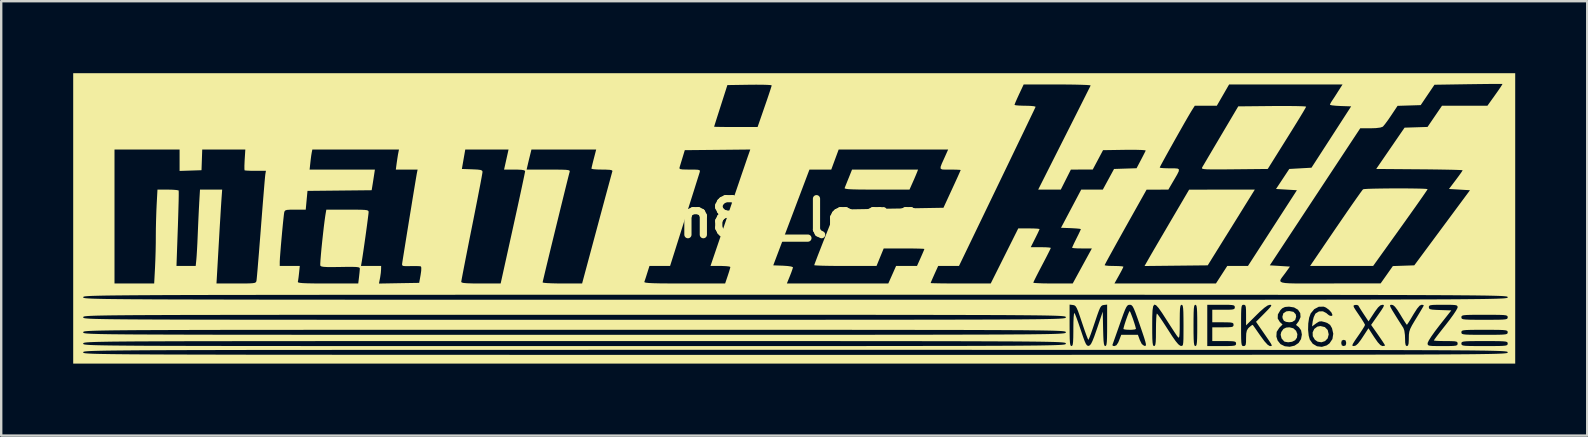
<source format=kicad_pcb>
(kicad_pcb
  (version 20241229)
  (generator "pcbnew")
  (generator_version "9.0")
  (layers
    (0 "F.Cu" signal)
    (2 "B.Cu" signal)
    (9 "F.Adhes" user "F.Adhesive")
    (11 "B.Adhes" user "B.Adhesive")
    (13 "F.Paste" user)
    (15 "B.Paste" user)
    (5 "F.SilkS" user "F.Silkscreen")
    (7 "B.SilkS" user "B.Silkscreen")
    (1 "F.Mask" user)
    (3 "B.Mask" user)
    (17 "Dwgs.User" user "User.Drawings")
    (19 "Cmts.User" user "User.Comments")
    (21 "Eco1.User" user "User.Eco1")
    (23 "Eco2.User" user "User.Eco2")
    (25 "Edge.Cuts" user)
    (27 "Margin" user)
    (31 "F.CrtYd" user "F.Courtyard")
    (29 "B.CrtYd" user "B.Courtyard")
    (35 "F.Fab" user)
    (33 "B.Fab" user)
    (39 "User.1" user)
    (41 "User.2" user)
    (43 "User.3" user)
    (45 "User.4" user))
  (footprint "m86_logo"
    (layer "F.Cu")
    (at 30.042 6.05)
    (property "Reference" "m86_logo" (at 0 0 0) (layer "F.SilkS") (effects (font (size 1.5 1.5) (thickness 0.3))))
    (attr board_only exclude_from_pos_files exclude_from_bom)
    (fp_poly (pts (xy 20.802 3.893) (xy 20.897 3.993) (xy 20.915 4.094) (xy 20.873 4.237) (xy 20.751 4.314) (xy 20.628 4.329) (xy 20.493 4.31) (xy 20.403 4.266) (xy 20.351 4.165) (xy 20.341 4.094) (xy 20.382 3.952) (xy 20.504 3.874) (xy 20.628 3.86)) (stroke (width 0) (type solid)) (fill yes) (layer "F.SilkS"))
    (fp_poly (pts (xy 22.11 4.529) (xy 22.229 4.65) (xy 22.271 4.833) (xy 22.228 5) (xy 22.117 5.113) (xy 21.968 5.162) (xy 21.808 5.135) (xy 21.697 5.059) (xy 21.607 4.909) (xy 21.602 4.749) (xy 21.669 4.606) (xy 21.797 4.51) (xy 21.926 4.485)) (stroke (width 0) (type solid)) (fill yes) (layer "F.SilkS"))
    (fp_poly (pts (xy 20.797 4.579) (xy 20.912 4.683) (xy 20.966 4.824) (xy 20.947 4.972) (xy 20.871 5.077) (xy 20.744 5.14) (xy 20.581 5.162) (xy 20.438 5.137) (xy 20.414 5.124) (xy 20.306 5.001) (xy 20.268 4.847) (xy 20.295 4.733) (xy 20.384 4.606) (xy 20.5 4.549) (xy 20.633 4.538)) (stroke (width 0) (type solid)) (fill yes) (layer "F.SilkS"))
    (fp_poly (pts (xy 5.116 -1.917) (xy 5.07 -1.806) (xy 5 -1.641) (xy 4.937 -1.499) (xy 4.804 -1.2) (xy 3.44 -1.2) (xy 3.011 -1.201) (xy 2.678 -1.204) (xy 2.43 -1.21) (xy 2.258 -1.219) (xy 2.153 -1.233) (xy 2.105 -1.25) (xy 2.101 -1.265) (xy 2.132 -1.343) (xy 2.19 -1.488) (xy 2.263 -1.669) (xy 2.269 -1.682) (xy 2.41 -2.034) (xy 3.786 -2.034) (xy 5.161 -2.034)) (stroke (width 0) (type solid)) (fill yes) (layer "F.SilkS"))
    (fp_poly (pts (xy 14.005 3.904) (xy 14.052 4.02) (xy 14.11 4.175) (xy 14.166 4.342) (xy 14.212 4.49) (xy 14.237 4.59) (xy 14.239 4.606) (xy 14.192 4.627) (xy 14.072 4.64) (xy 13.978 4.642) (xy 13.829 4.636) (xy 13.735 4.619) (xy 13.717 4.606) (xy 13.733 4.529) (xy 13.773 4.393) (xy 13.827 4.229) (xy 13.885 4.067) (xy 13.937 3.935) (xy 13.972 3.865) (xy 13.978 3.86)) (stroke (width 0) (type solid)) (fill yes) (layer "F.SilkS"))
    (fp_poly (pts (xy 18.957 -0.821) (xy 18.865 -0.673) (xy 18.728 -0.453) (xy 18.557 -0.177) (xy 18.362 0.137) (xy 18.153 0.473) (xy 17.976 0.756) (xy 17.23 1.956) (xy 15.913 1.97) (xy 14.597 1.984) (xy 14.77 1.68) (xy 14.842 1.554) (xy 14.958 1.354) (xy 15.11 1.094) (xy 15.288 0.79) (xy 15.484 0.456) (xy 15.688 0.107) (xy 15.699 0.089) (xy 16.455 -1.198) (xy 17.823 -1.199) (xy 19.192 -1.2)) (stroke (width 0) (type solid)) (fill yes) (layer "F.SilkS"))
    (fp_poly (pts (xy 25.655 -1.248) (xy 25.929 -1.244) (xy 26.153 -1.239) (xy 26.312 -1.231) (xy 26.387 -1.221) (xy 26.391 -1.218) (xy 26.362 -1.169) (xy 26.278 -1.045) (xy 26.147 -0.856) (xy 25.975 -0.61) (xy 25.768 -0.318) (xy 25.534 0.011) (xy 25.28 0.367) (xy 25.257 0.399) (xy 24.122 1.982) (xy 22.808 1.982) (xy 21.495 1.982) (xy 22.57 0.404) (xy 22.818 0.043) (xy 23.048 -0.292) (xy 23.254 -0.589) (xy 23.43 -0.84) (xy 23.567 -1.033) (xy 23.66 -1.161) (xy 23.702 -1.212) (xy 23.702 -1.212) (xy 23.766 -1.223) (xy 23.916 -1.232) (xy 24.134 -1.239) (xy 24.402 -1.244) (xy 24.706 -1.248) (xy 25.027 -1.25) (xy 25.349 -1.25)) (stroke (width 0) (type solid)) (fill yes) (layer "F.SilkS"))
    (fp_poly (pts (xy 20.624 -4.683) (xy 20.909 -4.68) (xy 21.131 -4.674) (xy 21.276 -4.666) (xy 21.331 -4.656) (xy 21.331 -4.656) (xy 21.304 -4.603) (xy 21.229 -4.473) (xy 21.112 -4.278) (xy 20.96 -4.029) (xy 20.78 -3.738) (xy 20.579 -3.415) (xy 20.531 -3.338) (xy 19.731 -2.06) (xy 18.339 -2.046) (xy 17.922 -2.042) (xy 17.599 -2.041) (xy 17.357 -2.042) (xy 17.187 -2.046) (xy 17.076 -2.055) (xy 17.014 -2.068) (xy 16.99 -2.086) (xy 16.992 -2.111) (xy 16.999 -2.125) (xy 17.038 -2.193) (xy 17.124 -2.338) (xy 17.247 -2.547) (xy 17.401 -2.808) (xy 17.579 -3.109) (xy 17.772 -3.435) (xy 17.776 -3.442) (xy 18.502 -4.668) (xy 19.917 -4.682) (xy 20.289 -4.684)) (stroke (width 0) (type solid)) (fill yes) (layer "F.SilkS"))
    (fp_poly (pts (xy 30.042 -0.000001) (xy 30.042 6.05) (xy 0 6.05) (xy -30.042 6.05) (xy -30.042 5.581) (xy -29.625 5.581) (xy -29.624 5.588) (xy -29.621 5.595) (xy -29.613 5.602) (xy -29.597 5.608) (xy -29.571 5.614) (xy -29.532 5.62) (xy -29.477 5.625) (xy -29.405 5.63) (xy -29.313 5.635) (xy -29.198 5.64) (xy -29.057 5.644) (xy -28.889 5.648) (xy -28.69 5.651) (xy -28.458 5.655) (xy -28.191 5.658) (xy -27.885 5.661) (xy -27.54 5.664) (xy -27.151 5.666) (xy -26.716 5.669) (xy -26.234 5.671) (xy -25.701 5.673) (xy -25.114 5.674) (xy -24.472 5.676) (xy -23.772 5.677) (xy -23.012 5.679) (xy -22.187 5.68) (xy -21.298 5.681) (xy -20.339 5.682) (xy -19.31 5.682) (xy -18.208 5.683) (xy -17.03 5.683) (xy -15.773 5.684) (xy -14.436 5.684) (xy -13.015 5.684) (xy -11.508 5.685) (xy -9.913 5.685) (xy -8.226 5.685) (xy -6.447 5.685) (xy -4.571 5.685) (xy -2.596 5.685) (xy -0.52 5.685) (xy 0.052 5.685) (xy 2.155 5.685) (xy 4.157 5.685) (xy 6.059 5.685) (xy 7.864 5.685) (xy 9.575 5.685) (xy 11.195 5.685) (xy 12.725 5.684) (xy 14.169 5.684) (xy 15.528 5.684) (xy 16.806 5.684) (xy 18.005 5.683) (xy 19.127 5.682) (xy 20.176 5.682) (xy 21.152 5.681) (xy 22.06 5.68) (xy 22.902 5.679) (xy 23.679 5.678) (xy 24.395 5.676) (xy 25.053 5.675) (xy 25.654 5.673) (xy 26.201 5.671) (xy 26.696 5.669) (xy 27.143 5.667) (xy 27.544 5.664) (xy 27.901 5.662) (xy 28.217 5.659) (xy 28.494 5.656) (xy 28.735 5.652) (xy 28.943 5.649) (xy 29.119 5.645) (xy 29.267 5.641) (xy 29.389 5.636) (xy 29.487 5.632) (xy 29.564 5.627) (xy 29.623 5.621) (xy 29.666 5.616) (xy 29.695 5.61) (xy 29.714 5.604) (xy 29.724 5.597) (xy 29.728 5.59) (xy 29.729 5.583) (xy 29.729 5.581) (xy 29.728 5.573) (xy 29.725 5.566) (xy 29.717 5.56) (xy 29.701 5.553) (xy 29.675 5.547) (xy 29.636 5.542) (xy 29.582 5.536) (xy 29.51 5.531) (xy 29.417 5.526) (xy 29.302 5.522) (xy 29.161 5.518) (xy 28.993 5.514) (xy 28.794 5.51) (xy 28.562 5.507) (xy 28.295 5.503) (xy 27.99 5.5) (xy 27.644 5.498) (xy 27.255 5.495) (xy 26.821 5.493) (xy 26.338 5.491) (xy 25.805 5.489) (xy 25.219 5.487) (xy 24.577 5.485) (xy 23.877 5.484) (xy 23.116 5.483) (xy 22.292 5.482) (xy 21.402 5.481) (xy 20.444 5.48) (xy 19.415 5.479) (xy 18.312 5.479) (xy 17.134 5.478) (xy 15.878 5.478) (xy 14.54 5.477) (xy 13.119 5.477) (xy 11.613 5.477) (xy 10.017 5.477) (xy 8.331 5.477) (xy 6.551 5.476) (xy 4.675 5.476) (xy 2.7 5.476) (xy 0.625 5.476) (xy 0.052 5.476) (xy -2.051 5.476) (xy -4.052 5.476) (xy -5.954 5.476) (xy -7.76 5.476) (xy -9.471 5.477) (xy -11.09 5.477) (xy -12.621 5.477) (xy -14.064 5.477) (xy -15.424 5.477) (xy -16.702 5.478) (xy -17.901 5.478) (xy -19.023 5.479) (xy -20.071 5.48) (xy -21.048 5.48) (xy -21.956 5.481) (xy -22.797 5.482) (xy -23.575 5.484) (xy -24.291 5.485) (xy -24.948 5.487) (xy -25.549 5.488) (xy -26.096 5.49) (xy -26.592 5.492) (xy -27.039 5.494) (xy -27.44 5.497) (xy -27.797 5.5) (xy -28.113 5.503) (xy -28.39 5.506) (xy -28.631 5.509) (xy -28.839 5.513) (xy -29.015 5.517) (xy -29.163 5.521) (xy -29.284 5.525) (xy -29.383 5.53) (xy -29.46 5.535) (xy -29.519 5.54) (xy -29.561 5.546) (xy -29.591 5.552) (xy -29.609 5.558) (xy -29.619 5.564) (xy -29.624 5.571) (xy -29.625 5.579) (xy -29.625 5.581) (xy -30.042 5.581) (xy -30.042 5.216) (xy -29.625 5.216) (xy -29.624 5.224) (xy -29.62 5.233) (xy -29.61 5.241) (xy -29.591 5.248) (xy -29.559 5.255) (xy -29.512 5.261) (xy -29.447 5.267) (xy -29.36 5.273) (xy -29.248 5.278) (xy -29.109 5.283) (xy -28.94 5.287) (xy -28.736 5.291) (xy -28.497 5.295) (xy -28.217 5.298) (xy -27.895 5.301) (xy -27.527 5.304) (xy -27.11 5.307) (xy -26.641 5.309) (xy -26.117 5.311) (xy -25.536 5.312) (xy -24.893 5.314) (xy -24.187 5.315) (xy -23.413 5.316) (xy -22.57 5.317) (xy -21.653 5.318) (xy -20.66 5.318) (xy -19.588 5.319) (xy -18.433 5.319) (xy -17.193 5.32) (xy -15.865 5.32) (xy -14.446 5.32) (xy -12.932 5.32) (xy -11.321 5.32) (xy -9.609 5.32) (xy -9.153 5.32) (xy -7.415 5.32) (xy -5.779 5.32) (xy -4.24 5.32) (xy -2.797 5.32) (xy -1.445 5.32) (xy -0.183 5.319) (xy 0.993 5.319) (xy 2.086 5.319) (xy 3.099 5.318) (xy 4.035 5.317) (xy 4.897 5.316) (xy 5.688 5.315) (xy 6.412 5.314) (xy 7.07 5.313) (xy 7.667 5.311) (xy 8.205 5.309) (xy 8.688 5.307) (xy 9.118 5.305) (xy 9.498 5.302) (xy 9.832 5.299) (xy 10.122 5.296) (xy 10.372 5.292) (xy 10.584 5.288) (xy 10.762 5.284) (xy 10.908 5.279) (xy 11.027 5.274) (xy 11.12 5.269) (xy 11.19 5.263) (xy 11.242 5.257) (xy 11.277 5.25) (xy 11.299 5.243) (xy 11.312 5.235) (xy 11.317 5.227) (xy 11.318 5.218) (xy 11.318 5.216) (xy 11.317 5.207) (xy 11.313 5.198) (xy 11.303 5.191) (xy 11.284 5.183) (xy 11.252 5.176) (xy 11.205 5.17) (xy 11.14 5.164) (xy 11.053 5.158) (xy 10.941 5.153) (xy 10.802 5.148) (xy 10.633 5.144) (xy 10.43 5.14) (xy 10.19 5.136) (xy 9.91 5.133) (xy 9.588 5.13) (xy 9.22 5.127) (xy 8.803 5.125) (xy 8.334 5.123) (xy 7.811 5.121) (xy 7.229 5.119) (xy 6.587 5.117) (xy 5.88 5.116) (xy 5.107 5.115) (xy 4.263 5.114) (xy 3.346 5.113) (xy 2.353 5.113) (xy 1.281 5.112) (xy 0.126 5.112) (xy -1.113 5.112) (xy -2.441 5.112) (xy -3.861 5.111) (xy -5.375 5.111) (xy -6.986 5.111) (xy -8.698 5.111) (xy -9.153 5.111) (xy -10.891 5.111) (xy -12.528 5.111) (xy -14.067 5.111) (xy -15.51 5.111) (xy -16.861 5.112) (xy -18.124 5.112) (xy -19.3 5.112) (xy -20.393 5.113) (xy -21.406 5.113) (xy -22.342 5.114) (xy -23.204 5.115) (xy -23.995 5.116) (xy -24.719 5.117) (xy -25.377 5.118) (xy -25.974 5.12) (xy -26.512 5.122) (xy -26.995 5.124) (xy -27.425 5.126) (xy -27.805 5.129) (xy -28.139 5.132) (xy -28.429 5.135) (xy -28.678 5.139) (xy -28.891 5.143) (xy -29.069 5.147) (xy -29.215 5.152) (xy -29.333 5.157) (xy -29.426 5.162) (xy -29.497 5.168) (xy -29.549 5.175) (xy -29.584 5.181) (xy -29.606 5.189) (xy -29.618 5.196) (xy -29.623 5.205) (xy -29.625 5.213) (xy -29.625 5.216) (xy -30.042 5.216) (xy -30.042 4.746) (xy -29.625 4.746) (xy -29.624 4.755) (xy -29.62 4.763) (xy -29.61 4.771) (xy -29.591 4.779) (xy -29.559 4.785) (xy -29.512 4.792) (xy -29.447 4.798) (xy -29.36 4.803) (xy -29.248 4.809) (xy -29.109 4.813) (xy -28.94 4.818) (xy -28.736 4.822) (xy -28.497 4.826) (xy -28.217 4.829) (xy -27.895 4.832) (xy -27.527 4.835) (xy -27.11 4.837) (xy -26.641 4.839) (xy -26.117 4.841) (xy -25.536 4.843) (xy -24.893 4.844) (xy -24.187 4.846) (xy -23.413 4.847) (xy -22.57 4.848) (xy -21.653 4.848) (xy -20.66 4.849) (xy -19.588 4.85) (xy -18.433 4.85) (xy -17.193 4.85) (xy -15.865 4.85) (xy -14.446 4.85) (xy -12.932 4.85) (xy -11.321 4.851) (xy -9.609 4.851) (xy -9.153 4.851) (xy -7.415 4.851) (xy -5.779 4.85) (xy -4.24 4.85) (xy -2.797 4.85) (xy -1.445 4.85) (xy -0.183 4.85) (xy 0.993 4.85) (xy 2.086 4.849) (xy 3.099 4.849) (xy 4.035 4.848) (xy 4.897 4.847) (xy 5.688 4.846) (xy 6.412 4.845) (xy 7.07 4.843) (xy 7.667 4.842) (xy 8.205 4.84) (xy 8.688 4.838) (xy 9.118 4.835) (xy 9.498 4.833) (xy 9.832 4.83) (xy 10.122 4.826) (xy 10.372 4.823) (xy 10.584 4.819) (xy 10.762 4.815) (xy 10.908 4.81) (xy 11.027 4.805) (xy 11.12 4.799) (xy 11.19 4.793) (xy 11.242 4.787) (xy 11.277 4.78) (xy 11.299 4.773) (xy 11.312 4.765) (xy 11.317 4.757) (xy 11.318 4.749) (xy 11.318 4.746) (xy 11.317 4.737) (xy 11.313 4.729) (xy 11.303 4.721) (xy 11.284 4.714) (xy 11.252 4.707) (xy 11.205 4.7) (xy 11.14 4.694) (xy 11.053 4.689) (xy 10.941 4.684) (xy 10.802 4.679) (xy 10.633 4.675) (xy 10.43 4.671) (xy 10.19 4.667) (xy 9.91 4.664) (xy 9.588 4.66) (xy 9.22 4.658) (xy 8.803 4.655) (xy 8.334 4.653) (xy 7.811 4.651) (xy 7.229 4.649) (xy 6.587 4.648) (xy 5.88 4.647) (xy 5.107 4.646) (xy 4.263 4.645) (xy 3.346 4.644) (xy 2.353 4.643) (xy 1.281 4.643) (xy 0.126 4.643) (xy -1.113 4.642) (xy -2.441 4.642) (xy -3.861 4.642) (xy -5.375 4.642) (xy -6.986 4.642) (xy -8.698 4.642) (xy -9.153 4.642) (xy -10.891 4.642) (xy -12.528 4.642) (xy -14.067 4.642) (xy -15.51 4.642) (xy -16.861 4.642) (xy -18.124 4.642) (xy -19.3 4.643) (xy -20.393 4.643) (xy -21.406 4.644) (xy -22.342 4.645) (xy -23.204 4.645) (xy -23.995 4.646) (xy -24.719 4.648) (xy -25.377 4.649) (xy -25.974 4.651) (xy -26.512 4.653) (xy -26.995 4.655) (xy -27.425 4.657) (xy -27.805 4.66) (xy -28.139 4.663) (xy -28.429 4.666) (xy -28.678 4.67) (xy -28.891 4.674) (xy -29.069 4.678) (xy -29.215 4.683) (xy -29.333 4.688) (xy -29.426 4.693) (xy -29.497 4.699) (xy -29.549 4.705) (xy -29.584 4.712) (xy -29.606 4.719) (xy -29.618 4.727) (xy -29.623 4.735) (xy -29.625 4.744) (xy -29.625 4.746) (xy -30.042 4.746) (xy -30.042 4.12) (xy -29.625 4.12) (xy -29.624 4.129) (xy -29.62 4.138) (xy -29.61 4.145) (xy -29.591 4.153) (xy -29.559 4.16) (xy -29.512 4.166) (xy -29.447 4.172) (xy -29.36 4.178) (xy -29.248 4.183) (xy -29.109 4.188) (xy -28.94 4.192) (xy -28.736 4.196) (xy -28.497 4.2) (xy -28.217 4.203) (xy -27.895 4.206) (xy -27.527 4.209) (xy -27.11 4.211) (xy -26.641 4.213) (xy -26.117 4.215) (xy -25.536 4.217) (xy -24.893 4.219) (xy -24.187 4.22) (xy -23.413 4.221) (xy -22.57 4.222) (xy -21.653 4.223) (xy -20.66 4.223) (xy -19.588 4.224) (xy -18.433 4.224) (xy -17.193 4.224) (xy -15.865 4.224) (xy -14.446 4.225) (xy -12.932 4.225) (xy -11.321 4.225) (xy -9.609 4.225) (xy -9.153 4.225) (xy -7.415 4.225) (xy -5.779 4.225) (xy -4.24 4.225) (xy -2.797 4.224) (xy -1.445 4.224) (xy -0.183 4.224) (xy 0.993 4.224) (xy 2.086 4.223) (xy 3.099 4.223) (xy 4.035 4.222) (xy 4.897 4.221) (xy 5.688 4.22) (xy 6.412 4.219) (xy 7.07 4.217) (xy 7.667 4.216) (xy 8.205 4.214) (xy 8.688 4.212) (xy 9.118 4.209) (xy 9.498 4.207) (xy 9.832 4.204) (xy 10.122 4.201) (xy 10.372 4.197) (xy 10.584 4.193) (xy 10.762 4.189) (xy 10.908 4.184) (xy 11.027 4.179) (xy 11.12 4.173) (xy 11.19 4.168) (xy 11.242 4.161) (xy 11.277 4.155) (xy 11.299 4.147) (xy 11.312 4.14) (xy 11.317 4.131) (xy 11.318 4.123) (xy 11.318 4.12) (xy 11.317 4.111) (xy 11.313 4.103) (xy 11.303 4.095) (xy 11.284 4.088) (xy 11.252 4.081) (xy 11.205 4.075) (xy 11.14 4.069) (xy 11.053 4.063) (xy 10.941 4.058) (xy 10.802 4.053) (xy 10.633 4.049) (xy 10.43 4.045) (xy 10.19 4.041) (xy 9.91 4.038) (xy 9.588 4.035) (xy 9.22 4.032) (xy 8.803 4.029) (xy 8.334 4.027) (xy 7.811 4.025) (xy 7.229 4.024) (xy 6.587 4.022) (xy 5.88 4.021) (xy 5.107 4.02) (xy 4.263 4.019) (xy 3.346 4.018) (xy 2.353 4.017) (xy 1.281 4.017) (xy 0.126 4.017) (xy -1.113 4.016) (xy -2.441 4.016) (xy -3.861 4.016) (xy -5.375 4.016) (xy -6.986 4.016) (xy -8.698 4.016) (xy -9.153 4.016) (xy -10.891 4.016) (xy -12.528 4.016) (xy -14.067 4.016) (xy -15.51 4.016) (xy -16.861 4.016) (xy -18.124 4.017) (xy -19.3 4.017) (xy -20.393 4.017) (xy -21.406 4.018) (xy -22.342 4.019) (xy -23.204 4.02) (xy -23.995 4.021) (xy -24.719 4.022) (xy -25.377 4.023) (xy -25.974 4.025) (xy -26.512 4.027) (xy -26.995 4.029) (xy -27.425 4.031) (xy -27.805 4.034) (xy -28.139 4.037) (xy -28.429 4.04) (xy -28.678 4.044) (xy -28.891 4.048) (xy -29.069 4.052) (xy -29.215 4.057) (xy -29.333 4.062) (xy -29.426 4.067) (xy -29.497 4.073) (xy -29.549 4.079) (xy -29.584 4.086) (xy -29.606 4.093) (xy -29.618 4.101) (xy -29.623 4.109) (xy -29.625 4.118) (xy -29.625 4.12) (xy -30.042 4.12) (xy -30.042 3.592) (xy 11.474 3.592) (xy 11.474 4.456) (xy 11.476 4.78) (xy 11.48 5.013) (xy 11.489 5.17) (xy 11.504 5.264) (xy 11.526 5.309) (xy 11.553 5.32) (xy 11.584 5.305) (xy 11.607 5.251) (xy 11.62 5.142) (xy 11.628 4.963) (xy 11.631 4.7) (xy 11.631 4.605) (xy 11.634 4.337) (xy 11.642 4.127) (xy 11.656 3.99) (xy 11.672 3.938) (xy 11.676 3.94) (xy 11.709 4.006) (xy 11.766 4.151) (xy 11.84 4.356) (xy 11.923 4.6) (xy 11.943 4.658) (xy 12.034 4.929) (xy 12.102 5.115) (xy 12.155 5.231) (xy 12.2 5.291) (xy 12.244 5.311) (xy 12.271 5.31) (xy 12.32 5.287) (xy 12.371 5.223) (xy 12.429 5.105) (xy 12.503 4.919) (xy 12.598 4.648) (xy 12.618 4.59) (xy 12.856 3.886) (xy 12.871 4.603) (xy 12.879 4.896) (xy 12.889 5.1) (xy 12.905 5.228) (xy 12.926 5.297) (xy 12.957 5.32) (xy 12.962 5.32) (xy 12.991 5.305) (xy 13.002 5.279) (xy 13.256 5.279) (xy 13.285 5.312) (xy 13.343 5.32) (xy 13.426 5.285) (xy 13.501 5.171) (xy 13.537 5.085) (xy 13.627 4.851) (xy 13.974 4.851) (xy 14.321 4.851) (xy 14.402 5.072) (xy 14.483 5.235) (xy 14.576 5.306) (xy 14.595 5.31) (xy 14.633 5.311) (xy 14.654 5.29) (xy 14.654 5.235) (xy 14.63 5.132) (xy 14.58 4.967) (xy 14.5 4.729) (xy 14.409 4.463) (xy 14.408 4.459) (xy 14.917 4.459) (xy 14.918 4.782) (xy 14.922 5.015) (xy 14.932 5.171) (xy 14.947 5.265) (xy 14.969 5.31) (xy 14.995 5.32) (xy 15.027 5.305) (xy 15.05 5.249) (xy 15.064 5.138) (xy 15.071 4.955) (xy 15.073 4.685) (xy 15.073 4.642) (xy 15.076 4.39) (xy 15.084 4.18) (xy 15.095 4.033) (xy 15.109 3.967) (xy 15.112 3.965) (xy 15.152 4.007) (xy 15.236 4.123) (xy 15.354 4.297) (xy 15.495 4.513) (xy 15.57 4.63) (xy 15.753 4.914) (xy 15.894 5.114) (xy 16 5.241) (xy 16.078 5.302) (xy 16.104 5.311) (xy 16.147 5.314) (xy 16.178 5.301) (xy 16.199 5.257) (xy 16.211 5.167) (xy 16.218 5.018) (xy 16.22 4.793) (xy 16.221 4.48) (xy 16.221 4.463) (xy 16.221 4.459) (xy 16.638 4.459) (xy 16.639 4.782) (xy 16.644 5.015) (xy 16.653 5.171) (xy 16.668 5.265) (xy 16.69 5.31) (xy 16.716 5.32) (xy 16.745 5.306) (xy 16.767 5.256) (xy 16.781 5.155) (xy 16.789 4.99) (xy 16.793 4.747) (xy 16.794 4.459) (xy 17.211 4.459) (xy 17.211 5.32) (xy 17.811 5.32) (xy 18.069 5.319) (xy 18.24 5.313) (xy 18.342 5.301) (xy 18.393 5.278) (xy 18.41 5.241) (xy 18.411 5.216) (xy 18.404 5.167) (xy 18.368 5.137) (xy 18.286 5.12) (xy 18.137 5.113) (xy 17.916 5.111) (xy 17.42 5.111) (xy 17.42 4.824) (xy 17.42 4.538) (xy 17.863 4.538) (xy 18.079 4.536) (xy 18.211 4.527) (xy 18.279 4.506) (xy 18.304 4.468) (xy 18.305 4.459) (xy 18.62 4.459) (xy 18.62 4.777) (xy 18.623 5.005) (xy 18.63 5.158) (xy 18.643 5.252) (xy 18.664 5.3) (xy 18.694 5.318) (xy 18.724 5.32) (xy 18.781 5.309) (xy 18.813 5.261) (xy 18.826 5.152) (xy 18.828 4.99) (xy 18.834 4.798) (xy 18.859 4.675) (xy 18.911 4.587) (xy 18.959 4.538) (xy 19.05 4.462) (xy 19.104 4.436) (xy 19.107 4.437) (xy 19.143 4.487) (xy 19.225 4.603) (xy 19.338 4.766) (xy 19.425 4.89) (xy 19.596 5.122) (xy 19.726 5.264) (xy 19.816 5.319) (xy 19.827 5.32) (xy 19.873 5.319) (xy 19.897 5.309) (xy 19.893 5.274) (xy 19.855 5.202) (xy 19.774 5.079) (xy 19.669 4.926) (xy 20.091 4.926) (xy 20.144 5.09) (xy 20.264 5.24) (xy 20.441 5.327) (xy 20.646 5.349) (xy 20.85 5.302) (xy 21.015 5.191) (xy 21.118 5.029) (xy 21.153 4.841) (xy 21.12 4.661) (xy 21.105 4.641) (xy 21.412 4.641) (xy 21.437 4.886) (xy 21.482 5.048) (xy 21.607 5.225) (xy 21.783 5.328) (xy 21.986 5.352) (xy 22.188 5.292) (xy 22.303 5.209) (xy 22.317 5.19) (xy 22.792 5.19) (xy 22.817 5.292) (xy 22.897 5.32) (xy 22.978 5.289) (xy 22.98 5.284) (xy 23.255 5.284) (xy 23.27 5.313) (xy 23.32 5.319) (xy 23.322 5.319) (xy 23.402 5.295) (xy 23.492 5.215) (xy 23.608 5.065) (xy 23.686 4.948) (xy 23.927 4.579) (xy 24.167 4.949) (xy 24.314 5.159) (xy 24.426 5.28) (xy 24.511 5.32) (xy 24.512 5.32) (xy 24.598 5.308) (xy 24.618 5.292) (xy 24.59 5.24) (xy 24.514 5.123) (xy 24.404 4.961) (xy 24.328 4.851) (xy 24.038 4.438) (xy 24.332 4.018) (xy 24.465 3.827) (xy 24.542 3.704) (xy 24.571 3.636) (xy 24.57 3.633) (xy 24.824 3.633) (xy 24.847 3.7) (xy 24.914 3.821) (xy 25.032 4.012) (xy 25.042 4.029) (xy 25.166 4.227) (xy 25.277 4.401) (xy 25.357 4.526) (xy 25.381 4.562) (xy 25.422 4.676) (xy 25.447 4.858) (xy 25.452 4.993) (xy 25.458 5.179) (xy 25.477 5.281) (xy 25.516 5.318) (xy 25.53 5.32) (xy 25.575 5.297) (xy 25.599 5.214) (xy 25.6 5.203) (xy 26.392 5.203) (xy 26.395 5.252) (xy 26.418 5.285) (xy 26.478 5.305) (xy 26.592 5.316) (xy 26.777 5.319) (xy 27.017 5.32) (xy 27.281 5.319) (xy 27.458 5.314) (xy 27.566 5.302) (xy 27.621 5.28) (xy 27.64 5.246) (xy 27.643 5.216) (xy 27.799 5.216) (xy 27.804 5.252) (xy 27.826 5.279) (xy 27.88 5.298) (xy 27.981 5.31) (xy 28.141 5.316) (xy 28.375 5.319) (xy 28.697 5.32) (xy 28.764 5.32) (xy 29.103 5.319) (xy 29.352 5.317) (xy 29.524 5.311) (xy 29.634 5.3) (xy 29.695 5.283) (xy 29.722 5.258) (xy 29.729 5.223) (xy 29.729 5.216) (xy 29.725 5.179) (xy 29.702 5.152) (xy 29.648 5.133) (xy 29.548 5.122) (xy 29.387 5.115) (xy 29.153 5.112) (xy 28.831 5.111) (xy 28.764 5.111) (xy 28.425 5.112) (xy 28.176 5.114) (xy 28.004 5.12) (xy 27.894 5.131) (xy 27.833 5.148) (xy 27.806 5.174) (xy 27.799 5.208) (xy 27.799 5.216) (xy 27.643 5.216) (xy 27.635 5.167) (xy 27.6 5.137) (xy 27.517 5.12) (xy 27.368 5.113) (xy 27.147 5.111) (xy 26.934 5.109) (xy 26.767 5.102) (xy 26.669 5.092) (xy 26.652 5.085) (xy 26.683 5.037) (xy 26.767 4.922) (xy 26.895 4.756) (xy 26.903 4.746) (xy 27.799 4.746) (xy 27.804 4.783) (xy 27.826 4.81) (xy 27.88 4.828) (xy 27.981 4.84) (xy 28.141 4.847) (xy 28.375 4.85) (xy 28.697 4.851) (xy 28.764 4.851) (xy 29.103 4.85) (xy 29.352 4.848) (xy 29.524 4.842) (xy 29.634 4.831) (xy 29.695 4.814) (xy 29.722 4.788) (xy 29.729 4.753) (xy 29.729 4.746) (xy 29.725 4.71) (xy 29.702 4.683) (xy 29.648 4.664) (xy 29.548 4.652) (xy 29.387 4.646) (xy 29.153 4.643) (xy 28.831 4.642) (xy 28.764 4.642) (xy 28.425 4.642) (xy 28.176 4.645) (xy 28.004 4.651) (xy 27.894 4.662) (xy 27.833 4.679) (xy 27.806 4.704) (xy 27.799 4.739) (xy 27.799 4.746) (xy 26.903 4.746) (xy 27.055 4.552) (xy 27.147 4.436) (xy 27.32 4.212) (xy 27.386 4.12) (xy 27.799 4.12) (xy 27.804 4.157) (xy 27.826 4.184) (xy 27.88 4.202) (xy 27.981 4.214) (xy 28.141 4.221) (xy 28.375 4.224) (xy 28.697 4.225) (xy 28.764 4.225) (xy 29.103 4.224) (xy 29.352 4.222) (xy 29.524 4.216) (xy 29.634 4.205) (xy 29.695 4.188) (xy 29.722 4.162) (xy 29.729 4.128) (xy 29.729 4.12) (xy 29.725 4.084) (xy 29.702 4.057) (xy 29.648 4.038) (xy 29.548 4.026) (xy 29.387 4.02) (xy 29.153 4.017) (xy 28.831 4.016) (xy 28.764 4.016) (xy 28.425 4.016) (xy 28.176 4.019) (xy 28.004 4.025) (xy 27.894 4.036) (xy 27.833 4.053) (xy 27.806 4.078) (xy 27.799 4.113) (xy 27.799 4.12) (xy 27.386 4.12) (xy 27.467 4.009) (xy 27.576 3.844) (xy 27.635 3.735) (xy 27.643 3.706) (xy 27.637 3.66) (xy 27.608 3.629) (xy 27.538 3.611) (xy 27.41 3.602) (xy 27.205 3.599) (xy 27.043 3.599) (xy 26.785 3.6) (xy 26.614 3.605) (xy 26.512 3.618) (xy 26.461 3.641) (xy 26.444 3.678) (xy 26.443 3.701) (xy 26.452 3.75) (xy 26.493 3.782) (xy 26.585 3.801) (xy 26.747 3.812) (xy 26.911 3.818) (xy 27.38 3.833) (xy 26.886 4.459) (xy 26.699 4.704) (xy 26.548 4.917) (xy 26.444 5.082) (xy 26.394 5.187) (xy 26.392 5.203) (xy 25.6 5.203) (xy 25.608 5.053) (xy 25.609 4.991) (xy 25.612 4.843) (xy 25.629 4.722) (xy 25.668 4.602) (xy 25.74 4.458) (xy 25.855 4.264) (xy 25.922 4.155) (xy 26.045 3.952) (xy 26.146 3.783) (xy 26.213 3.667) (xy 26.234 3.623) (xy 26.191 3.603) (xy 26.135 3.599) (xy 26.058 3.638) (xy 25.955 3.759) (xy 25.819 3.97) (xy 25.791 4.016) (xy 25.683 4.198) (xy 25.595 4.339) (xy 25.54 4.421) (xy 25.528 4.433) (xy 25.495 4.392) (xy 25.422 4.28) (xy 25.321 4.118) (xy 25.26 4.016) (xy 25.129 3.808) (xy 25.031 3.679) (xy 24.953 3.614) (xy 24.892 3.599) (xy 24.841 3.605) (xy 24.824 3.633) (xy 24.57 3.633) (xy 24.558 3.606) (xy 24.508 3.6) (xy 24.505 3.6) (xy 24.422 3.625) (xy 24.327 3.711) (xy 24.207 3.87) (xy 24.157 3.945) (xy 23.93 4.29) (xy 23.726 3.983) (xy 23.623 3.825) (xy 23.545 3.7) (xy 23.508 3.634) (xy 23.508 3.633) (xy 23.452 3.605) (xy 23.374 3.607) (xy 23.321 3.62) (xy 23.304 3.651) (xy 23.328 3.716) (xy 23.401 3.833) (xy 23.519 4.007) (xy 23.637 4.183) (xy 23.728 4.329) (xy 23.778 4.421) (xy 23.783 4.439) (xy 23.755 4.501) (xy 23.679 4.626) (xy 23.568 4.794) (xy 23.492 4.904) (xy 23.36 5.095) (xy 23.284 5.216) (xy 23.255 5.284) (xy 22.98 5.284) (xy 23.001 5.19) (xy 22.976 5.087) (xy 22.897 5.059) (xy 22.815 5.09) (xy 22.792 5.19) (xy 22.317 5.19) (xy 22.426 5.027) (xy 22.461 4.806) (xy 22.409 4.575) (xy 22.329 4.438) (xy 22.209 4.356) (xy 22.117 4.324) (xy 21.972 4.288) (xy 21.872 4.298) (xy 21.766 4.361) (xy 21.74 4.38) (xy 21.577 4.5) (xy 21.606 4.28) (xy 21.646 4.116) (xy 21.709 3.983) (xy 21.727 3.96) (xy 21.865 3.876) (xy 22.029 3.871) (xy 22.175 3.946) (xy 22.192 3.964) (xy 22.288 4.041) (xy 22.377 4.068) (xy 22.425 4.039) (xy 22.427 4.023) (xy 22.386 3.923) (xy 22.284 3.809) (xy 22.157 3.716) (xy 22.063 3.677) (xy 21.857 3.682) (xy 21.669 3.781) (xy 21.52 3.96) (xy 21.455 4.139) (xy 21.419 4.379) (xy 21.412 4.641) (xy 21.105 4.641) (xy 21.028 4.534) (xy 20.908 4.438) (xy 21.019 4.288) (xy 21.098 4.112) (xy 21.085 3.945) (xy 20.991 3.805) (xy 20.828 3.71) (xy 20.618 3.677) (xy 20.45 3.691) (xy 20.335 3.746) (xy 20.258 3.823) (xy 20.153 4.001) (xy 20.146 4.171) (xy 20.237 4.319) (xy 20.24 4.321) (xy 20.348 4.421) (xy 20.214 4.555) (xy 20.103 4.727) (xy 20.091 4.926) (xy 19.669 4.926) (xy 19.646 4.892) (xy 19.547 4.749) (xy 19.243 4.308) (xy 19.595 3.954) (xy 19.755 3.79) (xy 19.847 3.686) (xy 19.881 3.628) (xy 19.863 3.603) (xy 19.819 3.599) (xy 19.726 3.629) (xy 19.59 3.723) (xy 19.403 3.888) (xy 19.26 4.028) (xy 18.828 4.457) (xy 18.828 4.028) (xy 18.826 3.816) (xy 18.817 3.689) (xy 18.795 3.624) (xy 18.755 3.601) (xy 18.724 3.599) (xy 18.686 3.604) (xy 18.658 3.628) (xy 18.639 3.686) (xy 18.628 3.793) (xy 18.622 3.964) (xy 18.62 4.214) (xy 18.62 4.459) (xy 18.305 4.459) (xy 18.307 4.433) (xy 18.299 4.383) (xy 18.26 4.352) (xy 18.171 4.336) (xy 18.012 4.33) (xy 17.863 4.329) (xy 17.42 4.329) (xy 17.42 4.068) (xy 17.42 3.807) (xy 17.89 3.807) (xy 18.113 3.806) (xy 18.251 3.797) (xy 18.325 3.778) (xy 18.354 3.744) (xy 18.359 3.703) (xy 18.352 3.657) (xy 18.321 3.627) (xy 18.245 3.61) (xy 18.109 3.601) (xy 17.893 3.599) (xy 17.785 3.599) (xy 17.211 3.599) (xy 17.211 4.459) (xy 16.794 4.459) (xy 16.793 4.136) (xy 16.788 3.904) (xy 16.779 3.747) (xy 16.764 3.654) (xy 16.742 3.609) (xy 16.716 3.599) (xy 16.687 3.612) (xy 16.665 3.663) (xy 16.651 3.763) (xy 16.643 3.928) (xy 16.639 4.172) (xy 16.638 4.459) (xy 16.221 4.459) (xy 16.219 4.139) (xy 16.215 3.906) (xy 16.206 3.749) (xy 16.191 3.655) (xy 16.169 3.609) (xy 16.142 3.599) (xy 16.11 3.614) (xy 16.088 3.668) (xy 16.074 3.777) (xy 16.067 3.955) (xy 16.064 4.219) (xy 16.064 4.314) (xy 16.063 4.601) (xy 16.057 4.796) (xy 16.047 4.913) (xy 16.03 4.964) (xy 16.005 4.963) (xy 15.995 4.953) (xy 15.942 4.883) (xy 15.847 4.743) (xy 15.721 4.55) (xy 15.575 4.324) (xy 15.52 4.238) (xy 15.329 3.941) (xy 15.183 3.733) (xy 15.076 3.616) (xy 15.003 3.592) (xy 14.956 3.664) (xy 14.93 3.833) (xy 14.919 4.102) (xy 14.917 4.459) (xy 14.408 4.459) (xy 14.301 4.151) (xy 14.219 3.925) (xy 14.156 3.77) (xy 14.107 3.674) (xy 14.063 3.623) (xy 14.019 3.602) (xy 13.979 3.599) (xy 13.929 3.605) (xy 13.884 3.633) (xy 13.839 3.695) (xy 13.785 3.807) (xy 13.716 3.982) (xy 13.626 4.233) (xy 13.561 4.418) (xy 13.464 4.694) (xy 13.379 4.935) (xy 13.312 5.124) (xy 13.269 5.244) (xy 13.256 5.279) (xy 13.002 5.279) (xy 13.012 5.253) (xy 13.026 5.148) (xy 13.034 4.977) (xy 13.038 4.728) (xy 13.039 4.456) (xy 13.039 3.592) (xy 12.899 3.608) (xy 12.842 3.621) (xy 12.794 3.655) (xy 12.747 3.724) (xy 12.694 3.846) (xy 12.626 4.034) (xy 12.535 4.304) (xy 12.522 4.342) (xy 12.436 4.596) (xy 12.361 4.811) (xy 12.301 4.968) (xy 12.264 5.051) (xy 12.257 5.059) (xy 12.231 5.012) (xy 12.18 4.884) (xy 12.11 4.691) (xy 12.028 4.451) (xy 11.991 4.342) (xy 11.897 4.061) (xy 11.827 3.864) (xy 11.772 3.736) (xy 11.725 3.661) (xy 11.677 3.624) (xy 11.622 3.609) (xy 11.614 3.608) (xy 11.474 3.592) (xy -30.042 3.592) (xy -30.042 3.286) (xy -29.625 3.286) (xy -29.624 3.293) (xy -29.621 3.3) (xy -29.613 3.307) (xy -29.597 3.313) (xy -29.571 3.319) (xy -29.532 3.325) (xy -29.477 3.33) (xy -29.405 3.335) (xy -29.313 3.34) (xy -29.198 3.345) (xy -29.057 3.349) (xy -28.889 3.353) (xy -28.69 3.357) (xy -28.458 3.36) (xy -28.191 3.363) (xy -27.885 3.366) (xy -27.54 3.369) (xy -27.151 3.371) (xy -26.716 3.374) (xy -26.234 3.376) (xy -25.701 3.378) (xy -25.114 3.379) (xy -24.472 3.381) (xy -23.772 3.382) (xy -23.012 3.384) (xy -22.187 3.385) (xy -21.298 3.386) (xy -20.339 3.387) (xy -19.31 3.387) (xy -18.208 3.388) (xy -17.03 3.389) (xy -15.773 3.389) (xy -14.436 3.389) (xy -13.015 3.39) (xy -11.508 3.39) (xy -9.913 3.39) (xy -8.226 3.39) (xy -6.447 3.39) (xy -4.571 3.39) (xy -2.596 3.39) (xy -0.52 3.39) (xy 0.052 3.39) (xy 2.155 3.39) (xy 4.157 3.39) (xy 6.059 3.39) (xy 7.864 3.39) (xy 9.575 3.39) (xy 11.195 3.39) (xy 12.725 3.39) (xy 14.169 3.389) (xy 15.528 3.389) (xy 16.806 3.389) (xy 18.005 3.388) (xy 19.127 3.388) (xy 20.176 3.387) (xy 21.152 3.386) (xy 22.06 3.385) (xy 22.902 3.384) (xy 23.679 3.383) (xy 24.395 3.381) (xy 25.053 3.38) (xy 25.654 3.378) (xy 26.201 3.376) (xy 26.696 3.374) (xy 27.143 3.372) (xy 27.544 3.37) (xy 27.901 3.367) (xy 28.217 3.364) (xy 28.494 3.361) (xy 28.735 3.358) (xy 28.943 3.354) (xy 29.119 3.35) (xy 29.267 3.346) (xy 29.389 3.341) (xy 29.487 3.337) (xy 29.564 3.332) (xy 29.623 3.326) (xy 29.666 3.321) (xy 29.695 3.315) (xy 29.714 3.309) (xy 29.724 3.302) (xy 29.728 3.295) (xy 29.729 3.288) (xy 29.729 3.286) (xy 29.728 3.278) (xy 29.725 3.271) (xy 29.717 3.265) (xy 29.701 3.258) (xy 29.675 3.252) (xy 29.636 3.247) (xy 29.582 3.241) (xy 29.51 3.236) (xy 29.417 3.231) (xy 29.302 3.227) (xy 29.161 3.223) (xy 28.993 3.219) (xy 28.794 3.215) (xy 28.562 3.212) (xy 28.295 3.208) (xy 27.99 3.206) (xy 27.644 3.203) (xy 27.255 3.2) (xy 26.821 3.198) (xy 26.338 3.196) (xy 25.805 3.194) (xy 25.219 3.192) (xy 24.577 3.191) (xy 23.877 3.189) (xy 23.116 3.188) (xy 22.292 3.187) (xy 21.402 3.186) (xy 20.444 3.185) (xy 19.415 3.184) (xy 18.312 3.184) (xy 17.134 3.183) (xy 15.878 3.183) (xy 14.54 3.182) (xy 13.119 3.182) (xy 11.613 3.182) (xy 10.017 3.182) (xy 8.331 3.182) (xy 6.551 3.182) (xy 4.675 3.182) (xy 2.7 3.182) (xy 0.625 3.182) (xy 0.052 3.182) (xy -2.051 3.182) (xy -4.052 3.182) (xy -5.954 3.182) (xy -7.76 3.182) (xy -9.471 3.182) (xy -11.09 3.182) (xy -12.621 3.182) (xy -14.064 3.182) (xy -15.424 3.183) (xy -16.702 3.183) (xy -17.901 3.184) (xy -19.023 3.184) (xy -20.071 3.185) (xy -21.048 3.186) (xy -21.956 3.187) (xy -22.797 3.188) (xy -23.575 3.189) (xy -24.291 3.19) (xy -24.948 3.192) (xy -25.549 3.193) (xy -26.096 3.195) (xy -26.592 3.197) (xy -27.039 3.2) (xy -27.44 3.202) (xy -27.797 3.205) (xy -28.113 3.208) (xy -28.39 3.211) (xy -28.631 3.214) (xy -28.839 3.218) (xy -29.015 3.222) (xy -29.163 3.226) (xy -29.284 3.23) (xy -29.383 3.235) (xy -29.46 3.24) (xy -29.519 3.245) (xy -29.561 3.251) (xy -29.591 3.257) (xy -29.609 3.263) (xy -29.619 3.27) (xy -29.624 3.277) (xy -29.625 3.284) (xy -29.625 3.286) (xy -30.042 3.286) (xy -30.042 -0.000001) (xy -30.042 -2.869) (xy -28.321 -2.869) (xy -28.321 -0.078) (xy -28.321 2.712) (xy -27.494 2.712) (xy -26.668 2.712) (xy -26.634 2.078) (xy -26.62 1.757) (xy -26.608 1.383) (xy -26.601 1.009) (xy -26.6 0.756) (xy -26.597 0.417) (xy -26.588 0.039) (xy -26.576 -0.327) (xy -26.565 -0.566) (xy -26.531 -1.2) (xy -26.099 -1.2) (xy -25.899 -1.195) (xy -25.742 -1.183) (xy -25.656 -1.167) (xy -25.648 -1.16) (xy -25.645 -1.1) (xy -25.645 -0.949) (xy -25.649 -0.72) (xy -25.657 -0.427) (xy -25.667 -0.082) (xy -25.679 0.301) (xy -25.684 0.43) (xy -25.739 1.982) (xy -25.339 1.982) (xy -24.938 1.982) (xy -24.91 1.708) (xy -24.898 1.554) (xy -24.884 1.324) (xy -24.869 1.047) (xy -24.856 0.75) (xy -24.853 0.678) (xy -24.839 0.344) (xy -24.823 -0.013) (xy -24.807 -0.351) (xy -24.792 -0.629) (xy -24.792 -0.639) (xy -24.759 -1.2) (xy -24.297 -1.2) (xy -23.835 -1.2) (xy -23.866 -0.769) (xy -23.877 -0.604) (xy -23.893 -0.352) (xy -23.912 -0.033) (xy -23.935 0.336) (xy -23.958 0.736) (xy -23.982 1.15) (xy -23.984 1.187) (xy -24.072 2.712) (xy -23.251 2.712) (xy -22.941 2.712) (xy -22.721 2.709) (xy -22.574 2.701) (xy -22.484 2.687) (xy -22.436 2.664) (xy -22.414 2.63) (xy -22.405 2.595) (xy -22.396 2.518) (xy -22.38 2.35) (xy -22.358 2.101) (xy -22.335 1.817) (xy -21.436 1.817) (xy -21.436 1.982) (xy -21.018 1.982) (xy -20.601 1.982) (xy -20.632 2.282) (xy -20.652 2.457) (xy -20.672 2.594) (xy -20.683 2.647) (xy -20.667 2.668) (xy -20.6 2.684) (xy -20.472 2.697) (xy -20.272 2.705) (xy -19.992 2.71) (xy -19.621 2.712) (xy -19.434 2.712) (xy -18.165 2.712) (xy -18.132 2.438) (xy -18.113 2.267) (xy -18.101 2.132) (xy -18.099 2.086) (xy -18.111 2.056) (xy -18.16 2.036) (xy -18.259 2.024) (xy -18.423 2.019) (xy -18.665 2.02) (xy -18.907 2.024) (xy -19.222 2.028) (xy -19.448 2.027) (xy -19.599 2.019) (xy -19.69 2.004) (xy -19.735 1.98) (xy -19.746 1.963) (xy -19.748 1.893) (xy -19.739 1.739) (xy -19.721 1.519) (xy -19.697 1.253) (xy -19.667 0.96) (xy -19.634 0.657) (xy -19.601 0.366) (xy -19.568 0.104) (xy -19.538 -0.11) (xy -19.524 -0.196) (xy -19.495 -0.365) (xy -18.614 -0.365) (xy -18.292 -0.364) (xy -18.059 -0.361) (xy -17.902 -0.354) (xy -17.805 -0.342) (xy -17.755 -0.322) (xy -17.736 -0.293) (xy -17.733 -0.266) (xy -17.74 -0.187) (xy -17.76 -0.026) (xy -17.789 0.199) (xy -17.825 0.467) (xy -17.865 0.758) (xy -17.907 1.053) (xy -17.947 1.331) (xy -17.983 1.572) (xy -18.012 1.757) (xy -18.021 1.812) (xy -18.051 1.982) (xy -17.631 1.982) (xy -17.211 1.982) (xy -17.214 2.125) (xy -17.225 2.27) (xy -17.251 2.449) (xy -17.259 2.492) (xy -17.302 2.715) (xy -16.464 2.7) (xy -15.626 2.686) (xy -15.619 2.645) (xy -13.874 2.645) (xy -13.85 2.672) (xy -13.77 2.691) (xy -13.623 2.703) (xy -13.396 2.71) (xy -13.077 2.712) (xy -13.052 2.712) (xy -12.231 2.712) (xy -11.721 0.404) (xy -11.616 -0.073) (xy -11.518 -0.519) (xy -11.43 -0.924) (xy -11.354 -1.278) (xy -11.292 -1.57) (xy -11.246 -1.79) (xy -11.219 -1.926) (xy -11.212 -1.969) (xy -11.248 -2.004) (xy -11.362 -2.025) (xy -11.564 -2.034) (xy -11.651 -2.034) (xy -11.15 -2.034) (xy -10.24 -2.034) (xy -9.911 -2.033) (xy -9.673 -2.03) (xy -9.512 -2.024) (xy -9.414 -2.012) (xy -9.365 -1.993) (xy -9.352 -1.966) (xy -9.356 -1.943) (xy -9.378 -1.86) (xy -9.421 -1.692) (xy -9.481 -1.451) (xy -9.556 -1.149) (xy -9.642 -0.799) (xy -9.737 -0.414) (xy -9.837 -0.005) (xy -9.94 0.414) (xy -10.042 0.832) (xy -10.141 1.236) (xy -10.232 1.613) (xy -10.314 1.951) (xy -10.383 2.238) (xy -10.436 2.462) (xy -10.471 2.609) (xy -10.483 2.667) (xy -10.483 2.668) (xy -10.434 2.683) (xy -10.298 2.696) (xy -10.093 2.705) (xy -9.836 2.711) (xy -9.66 2.712) (xy -8.837 2.712) (xy -8.82 2.647) (xy -6.245 2.647) (xy -6.231 2.665) (xy -6.169 2.68) (xy -6.05 2.692) (xy -5.866 2.701) (xy -5.607 2.707) (xy -5.265 2.71) (xy -4.832 2.712) (xy -4.574 2.712) (xy -2.878 2.712) (xy -2.769 2.389) (xy -2.713 2.217) (xy -2.674 2.085) (xy -2.66 2.024) (xy -2.708 2.004) (xy -2.835 1.99) (xy -3.018 1.982) (xy -3.074 1.982) (xy -3.488 1.982) (xy -3.479 1.956) (xy -0.873 1.956) (xy -0.463 1.971) (xy -0.271 1.984) (xy -0.127 2.005) (xy -0.056 2.031) (xy -0.052 2.037) (xy -0.071 2.109) (xy -0.119 2.246) (xy -0.179 2.4) (xy -0.306 2.712) (xy 1.807 2.712) (xy 3.92 2.712) (xy 3.929 2.693) (xy 5.685 2.693) (xy 5.735 2.699) (xy 5.875 2.703) (xy 6.09 2.707) (xy 6.367 2.71) (xy 6.692 2.712) (xy 6.937 2.712) (xy 8.188 2.712) (xy 8.762 1.565) (xy 9.336 0.417) (xy 9.779 0.417) (xy 9.98 0.42) (xy 10.133 0.428) (xy 10.215 0.44) (xy 10.223 0.445) (xy 10.201 0.501) (xy 10.143 0.626) (xy 10.06 0.794) (xy 10.039 0.836) (xy 9.856 1.2) (xy 10.274 1.2) (xy 10.468 1.203) (xy 10.614 1.212) (xy 10.688 1.226) (xy 10.692 1.23) (xy 10.669 1.284) (xy 10.605 1.414) (xy 10.51 1.602) (xy 10.39 1.832) (xy 10.327 1.952) (xy 10.199 2.196) (xy 10.091 2.407) (xy 10.011 2.568) (xy 9.967 2.662) (xy 9.962 2.678) (xy 10.011 2.69) (xy 10.147 2.699) (xy 10.352 2.707) (xy 10.609 2.711) (xy 10.783 2.711) (xy 11.605 2.711) (xy 12.004 1.981) (xy 12.021 1.95) (xy 12.935 1.95) (xy 12.983 1.965) (xy 13.109 1.977) (xy 13.289 1.982) (xy 13.326 1.982) (xy 13.513 1.986) (xy 13.651 1.996) (xy 13.715 2.01) (xy 13.717 2.013) (xy 13.693 2.07) (xy 13.631 2.193) (xy 13.542 2.356) (xy 13.53 2.378) (xy 13.343 2.712) (xy 15.457 2.712) (xy 17.572 2.712) (xy 17.808 2.347) (xy 18.044 1.982) (xy 18.475 1.981) (xy 18.907 1.981) (xy 18.923 1.956) (xy 19.817 1.956) (xy 20.236 1.982) (xy 20.655 2.008) (xy 20.468 2.269) (xy 20.385 2.379) (xy 20.316 2.47) (xy 20.269 2.542) (xy 20.252 2.599) (xy 20.273 2.642) (xy 20.339 2.672) (xy 20.46 2.693) (xy 20.642 2.705) (xy 20.894 2.711) (xy 21.224 2.712) (xy 21.64 2.712) (xy 22.151 2.71) (xy 22.308 2.71) (xy 24.435 2.708) (xy 24.69 2.347) (xy 24.944 1.986) (xy 25.391 1.971) (xy 25.837 1.956) (xy 26.997 0.391) (xy 28.157 -1.174) (xy 27.719 -1.2) (xy 27.282 -1.226) (xy 27.567 -1.602) (xy 27.692 -1.77) (xy 27.79 -1.907) (xy 27.844 -1.99) (xy 27.851 -2.005) (xy 27.801 -2.012) (xy 27.659 -2.019) (xy 27.435 -2.026) (xy 27.144 -2.032) (xy 26.795 -2.038) (xy 26.402 -2.043) (xy 26.051 -2.046) (xy 24.25 -2.06) (xy 24.841 -2.921) (xy 25.432 -3.781) (xy 25.911 -3.796) (xy 26.389 -3.811) (xy 26.69 -4.253) (xy 26.991 -4.694) (xy 27.938 -4.694) (xy 28.884 -4.694) (xy 29.205 -5.143) (xy 29.335 -5.327) (xy 29.437 -5.477) (xy 29.498 -5.574) (xy 29.51 -5.602) (xy 29.456 -5.604) (xy 29.311 -5.604) (xy 29.089 -5.603) (xy 28.804 -5.6) (xy 28.469 -5.596) (xy 28.098 -5.591) (xy 28.086 -5.591) (xy 26.678 -5.569) (xy 26.391 -5.145) (xy 26.104 -4.72) (xy 25.622 -4.705) (xy 25.14 -4.69) (xy 24.872 -4.288) (xy 24.745 -4.102) (xy 24.63 -3.946) (xy 24.546 -3.843) (xy 24.523 -3.82) (xy 24.422 -3.785) (xy 24.236 -3.762) (xy 24.013 -3.755) (xy 23.585 -3.755) (xy 21.701 -0.9) (xy 19.817 1.956) (xy 18.923 1.956) (xy 19.926 0.404) (xy 20.946 -1.174) (xy 20.511 -1.2) (xy 20.076 -1.226) (xy 20.352 -1.643) (xy 20.628 -2.06) (xy 21.09 -2.086) (xy 21.553 -2.112) (xy 22.38 -3.39) (xy 23.206 -4.668) (xy 22.765 -4.683) (xy 22.565 -4.694) (xy 22.412 -4.71) (xy 22.33 -4.729) (xy 22.323 -4.737) (xy 22.35 -4.805) (xy 22.394 -4.878) (xy 22.459 -4.975) (xy 22.557 -5.125) (xy 22.656 -5.281) (xy 22.848 -5.581) (xy 20.484 -5.581) (xy 18.121 -5.581) (xy 17.865 -5.137) (xy 17.609 -4.694) (xy 17.15 -4.694) (xy 16.691 -4.694) (xy 16.566 -4.498) (xy 16.5 -4.389) (xy 16.398 -4.215) (xy 16.268 -3.99) (xy 16.12 -3.729) (xy 15.96 -3.447) (xy 15.798 -3.159) (xy 15.642 -2.88) (xy 15.499 -2.623) (xy 15.379 -2.404) (xy 15.289 -2.238) (xy 15.238 -2.139) (xy 15.23 -2.118) (xy 15.278 -2.103) (xy 15.405 -2.092) (xy 15.589 -2.087) (xy 15.652 -2.086) (xy 15.849 -2.086) (xy 15.973 -2.076) (xy 16.03 -2.041) (xy 16.023 -1.963) (xy 15.957 -1.829) (xy 15.837 -1.622) (xy 15.801 -1.561) (xy 15.59 -1.2) (xy 15.136 -1.198) (xy 14.682 -1.197) (xy 13.808 0.361) (xy 13.603 0.728) (xy 13.414 1.067) (xy 13.249 1.366) (xy 13.112 1.614) (xy 13.011 1.801) (xy 12.95 1.917) (xy 12.935 1.95) (xy 12.021 1.95) (xy 12.403 1.252) (xy 11.991 1.252) (xy 11.798 1.249) (xy 11.654 1.24) (xy 11.582 1.228) (xy 11.579 1.224) (xy 11.601 1.168) (xy 11.658 1.043) (xy 11.741 0.875) (xy 11.761 0.834) (xy 11.848 0.66) (xy 11.912 0.524) (xy 11.943 0.452) (xy 11.944 0.447) (xy 11.896 0.433) (xy 11.768 0.42) (xy 11.586 0.409) (xy 11.53 0.406) (xy 11.117 0.391) (xy 11.538 -0.404) (xy 11.959 -1.2) (xy 12.409 -1.2) (xy 12.859 -1.2) (xy 13.093 -1.63) (xy 13.327 -2.06) (xy 13.796 -2.075) (xy 14.265 -2.09) (xy 14.448 -2.437) (xy 14.538 -2.61) (xy 14.608 -2.748) (xy 14.646 -2.823) (xy 14.648 -2.827) (xy 14.604 -2.841) (xy 14.473 -2.851) (xy 14.27 -2.857) (xy 14.012 -2.859) (xy 13.767 -2.857) (xy 12.868 -2.843) (xy 12.654 -2.439) (xy 12.439 -2.036) (xy 11.983 -2.035) (xy 11.528 -2.034) (xy 11.318 -1.617) (xy 11.108 -1.2) (xy 10.637 -1.2) (xy 10.166 -1.2) (xy 11.25 -3.349) (xy 11.472 -3.788) (xy 11.679 -4.199) (xy 11.867 -4.572) (xy 12.031 -4.898) (xy 12.166 -5.167) (xy 12.268 -5.37) (xy 12.332 -5.497) (xy 12.352 -5.54) (xy 12.307 -5.55) (xy 12.171 -5.56) (xy 11.957 -5.568) (xy 11.678 -5.575) (xy 11.348 -5.579) (xy 10.98 -5.581) (xy 10.965 -5.581) (xy 9.561 -5.581) (xy 9.37 -5.174) (xy 9.284 -4.986) (xy 9.218 -4.835) (xy 9.183 -4.744) (xy 9.179 -4.731) (xy 9.228 -4.714) (xy 9.356 -4.702) (xy 9.542 -4.695) (xy 9.627 -4.694) (xy 9.826 -4.689) (xy 9.975 -4.676) (xy 10.052 -4.656) (xy 10.057 -4.647) (xy 10.032 -4.593) (xy 9.966 -4.453) (xy 9.861 -4.235) (xy 9.722 -3.945) (xy 9.553 -3.592) (xy 9.356 -3.184) (xy 9.136 -2.727) (xy 8.897 -2.23) (xy 8.642 -1.701) (xy 8.453 -1.309) (xy 6.866 1.982) (xy 6.433 1.982) (xy 5.999 1.982) (xy 5.842 2.328) (xy 5.766 2.499) (xy 5.71 2.628) (xy 5.685 2.691) (xy 5.685 2.693) (xy 3.929 2.693) (xy 4.083 2.347) (xy 4.245 1.982) (xy 4.68 1.982) (xy 5.116 1.982) (xy 5.27 1.638) (xy 5.345 1.467) (xy 5.4 1.338) (xy 5.424 1.275) (xy 5.424 1.273) (xy 5.375 1.266) (xy 5.239 1.26) (xy 5.033 1.255) (xy 4.775 1.252) (xy 4.577 1.252) (xy 3.729 1.252) (xy 3.579 1.617) (xy 3.43 1.982) (xy 2.132 1.982) (xy 1.777 1.981) (xy 1.458 1.977) (xy 1.191 1.972) (xy 0.989 1.964) (xy 0.866 1.956) (xy 0.834 1.949) (xy 0.853 1.893) (xy 0.905 1.754) (xy 0.984 1.546) (xy 1.087 1.283) (xy 1.206 0.978) (xy 1.287 0.775) (xy 1.739 -0.365) (xy 2.082 -0.372) (xy 2.214 -0.375) (xy 2.436 -0.379) (xy 2.733 -0.384) (xy 3.091 -0.39) (xy 3.495 -0.397) (xy 3.931 -0.405) (xy 4.322 -0.411) (xy 6.219 -0.443) (xy 6.578 -1.221) (xy 6.698 -1.482) (xy 6.801 -1.707) (xy 6.879 -1.882) (xy 6.926 -1.99) (xy 6.937 -2.016) (xy 6.889 -2.024) (xy 6.76 -2.03) (xy 6.575 -2.034) (xy 6.495 -2.034) (xy 6.294 -2.033) (xy 6.166 -2.039) (xy 6.103 -2.071) (xy 6.099 -2.144) (xy 6.147 -2.276) (xy 6.241 -2.483) (xy 6.28 -2.569) (xy 6.414 -2.869) (xy 4.133 -2.868) (xy 1.852 -2.868) (xy 1.698 -2.451) (xy 1.544 -2.034) (xy 1.089 -2.034) (xy 0.635 -2.034) (xy 0.502 -1.682) (xy 0.451 -1.547) (xy 0.369 -1.33) (xy 0.261 -1.044) (xy 0.132 -0.705) (xy -0.01 -0.327) (xy -0.162 0.075) (xy -0.252 0.313) (xy -0.873 1.956) (xy -3.479 1.956) (xy -2.765 -0.143) (xy -2.608 -0.605) (xy -2.457 -1.046) (xy -2.318 -1.454) (xy -2.194 -1.819) (xy -2.088 -2.126) (xy -2.006 -2.366) (xy -1.952 -2.524) (xy -1.936 -2.57) (xy -1.83 -2.87) (xy -3.195 -2.856) (xy -4.559 -2.843) (xy -4.654 -2.53) (xy -4.709 -2.349) (xy -4.755 -2.198) (xy -4.777 -2.125) (xy -4.781 -2.081) (xy -4.747 -2.054) (xy -4.656 -2.04) (xy -4.49 -2.035) (xy -4.355 -2.034) (xy -4.139 -2.033) (xy -4.008 -2.026) (xy -3.944 -2.008) (xy -3.928 -1.974) (xy -3.94 -1.917) (xy -3.941 -1.917) (xy -3.964 -1.841) (xy -4.016 -1.677) (xy -4.091 -1.439) (xy -4.185 -1.139) (xy -4.296 -0.788) (xy -4.419 -0.401) (xy -4.52 -0.078) (xy -4.651 0.333) (xy -4.773 0.72) (xy -4.883 1.068) (xy -4.976 1.364) (xy -5.05 1.597) (xy -5.099 1.753) (xy -5.118 1.812) (xy -5.172 1.982) (xy -5.601 1.982) (xy -6.031 1.982) (xy -6.126 2.282) (xy -6.18 2.454) (xy -6.225 2.589) (xy -6.245 2.647) (xy -8.82 2.647) (xy -8.217 0.404) (xy -8.09 -0.07) (xy -7.97 -0.514) (xy -7.861 -0.918) (xy -7.765 -1.271) (xy -7.686 -1.563) (xy -7.626 -1.784) (xy -7.588 -1.923) (xy -7.574 -1.969) (xy -7.59 -2.002) (xy -7.676 -2.023) (xy -7.843 -2.032) (xy -8 -2.034) (xy -8.202 -2.038) (xy -8.356 -2.049) (xy -8.44 -2.066) (xy -8.448 -2.073) (xy -8.436 -2.139) (xy -8.403 -2.278) (xy -8.357 -2.462) (xy -8.349 -2.49) (xy -8.251 -2.869) (xy -9.6 -2.869) (xy -10.949 -2.869) (xy -10.997 -2.673) (xy -11.043 -2.488) (xy -11.091 -2.287) (xy -11.098 -2.256) (xy -11.15 -2.034) (xy -11.651 -2.034) (xy -12.089 -2.034) (xy -11.996 -2.451) (xy -11.903 -2.869) (xy -12.805 -2.869) (xy -13.706 -2.869) (xy -13.777 -2.464) (xy -13.847 -2.06) (xy -13.417 -2.045) (xy -13.203 -2.035) (xy -13.073 -2.019) (xy -13.008 -1.992) (xy -12.987 -1.95) (xy -12.987 -1.939) (xy -12.997 -1.87) (xy -13.025 -1.71) (xy -13.07 -1.469) (xy -13.13 -1.159) (xy -13.201 -0.791) (xy -13.283 -0.376) (xy -13.372 0.076) (xy -13.43 0.365) (xy -13.524 0.833) (xy -13.61 1.27) (xy -13.688 1.665) (xy -13.755 2.009) (xy -13.809 2.289) (xy -13.848 2.495) (xy -13.87 2.617) (xy -13.874 2.645) (xy -15.619 2.645) (xy -15.567 2.358) (xy -15.542 2.185) (xy -15.538 2.056) (xy -15.552 2.002) (xy -15.622 1.99) (xy -15.767 1.985) (xy -15.956 1.986) (xy -15.973 1.987) (xy -16.168 1.99) (xy -16.28 1.983) (xy -16.33 1.959) (xy -16.34 1.914) (xy -16.338 1.899) (xy -16.325 1.809) (xy -16.297 1.632) (xy -16.257 1.384) (xy -16.208 1.078) (xy -16.152 0.729) (xy -16.091 0.353) (xy -16.028 -0.036) (xy -15.964 -0.424) (xy -15.904 -0.796) (xy -15.848 -1.136) (xy -15.799 -1.431) (xy -15.76 -1.665) (xy -15.733 -1.824) (xy -15.721 -1.891) (xy -15.691 -2.034) (xy -16.145 -2.034) (xy -16.599 -2.034) (xy -16.564 -2.302) (xy -16.536 -2.491) (xy -16.509 -2.662) (xy -16.498 -2.719) (xy -16.468 -2.869) (xy -18.273 -2.869) (xy -20.078 -2.869) (xy -20.102 -2.751) (xy -20.122 -2.634) (xy -20.145 -2.46) (xy -20.159 -2.334) (xy -20.192 -2.034) (xy -18.831 -2.034) (xy -17.471 -2.034) (xy -17.505 -1.812) (xy -17.536 -1.61) (xy -17.568 -1.406) (xy -17.572 -1.382) (xy -17.606 -1.174) (xy -18.943 -1.16) (xy -20.28 -1.146) (xy -20.317 -0.755) (xy -20.353 -0.365) (xy -20.789 -0.365) (xy -21.003 -0.363) (xy -21.134 -0.354) (xy -21.205 -0.331) (xy -21.238 -0.29) (xy -21.25 -0.248) (xy -21.264 -0.148) (xy -21.284 0.034) (xy -21.309 0.276) (xy -21.336 0.557) (xy -21.363 0.855) (xy -21.389 1.148) (xy -21.41 1.414) (xy -21.427 1.633) (xy -21.435 1.781) (xy -21.436 1.817) (xy -22.335 1.817) (xy -22.332 1.783) (xy -22.301 1.409) (xy -22.268 0.99) (xy -22.232 0.537) (xy -22.221 0.391) (xy -22.185 -0.07) (xy -22.151 -0.503) (xy -22.119 -0.896) (xy -22.091 -1.236) (xy -22.068 -1.513) (xy -22.05 -1.712) (xy -22.038 -1.824) (xy -22.036 -1.839) (xy -22.012 -1.982) (xy -22.446 -1.982) (xy -22.647 -1.984) (xy -22.804 -1.991) (xy -22.892 -2) (xy -22.901 -2.004) (xy -22.908 -2.062) (xy -22.908 -2.199) (xy -22.9 -2.387) (xy -22.897 -2.447) (xy -22.87 -2.869) (xy -23.768 -2.869) (xy -24.666 -2.869) (xy -24.681 -2.438) (xy -24.696 -2.008) (xy -25.152 -1.993) (xy -25.609 -1.978) (xy -25.609 -2.423) (xy -25.609 -2.869) (xy -26.965 -2.869) (xy -28.321 -2.869) (xy -30.042 -2.869) (xy -30.042 -3.82) (xy -3.337 -3.82) (xy -3.288 -3.816) (xy -3.151 -3.813) (xy -2.944 -3.81) (xy -2.682 -3.808) (xy -2.432 -3.807) (xy -1.526 -3.807) (xy -1.232 -4.655) (xy -1.135 -4.935) (xy -1.052 -5.181) (xy -0.988 -5.375) (xy -0.948 -5.502) (xy -0.938 -5.543) (xy -0.988 -5.555) (xy -1.125 -5.564) (xy -1.333 -5.57) (xy -1.596 -5.571) (xy -1.862 -5.569) (xy -2.784 -5.555) (xy -3.06 -4.694) (xy -3.15 -4.413) (xy -3.228 -4.169) (xy -3.288 -3.978) (xy -3.326 -3.857) (xy -3.337 -3.82) (xy -30.042 -3.82) (xy -30.042 -6.05) (xy 0 -6.05) (xy 30.042 -6.05)) (stroke (width 0) (type solid)) (fill yes) (layer "F.SilkS")))
  (gr_rect
    (start -3 -3)
    (end 63.084 15.1)
    (stroke (width 0.1) (type default))
    (fill no)
    (layer "Edge.Cuts")))
</source>
